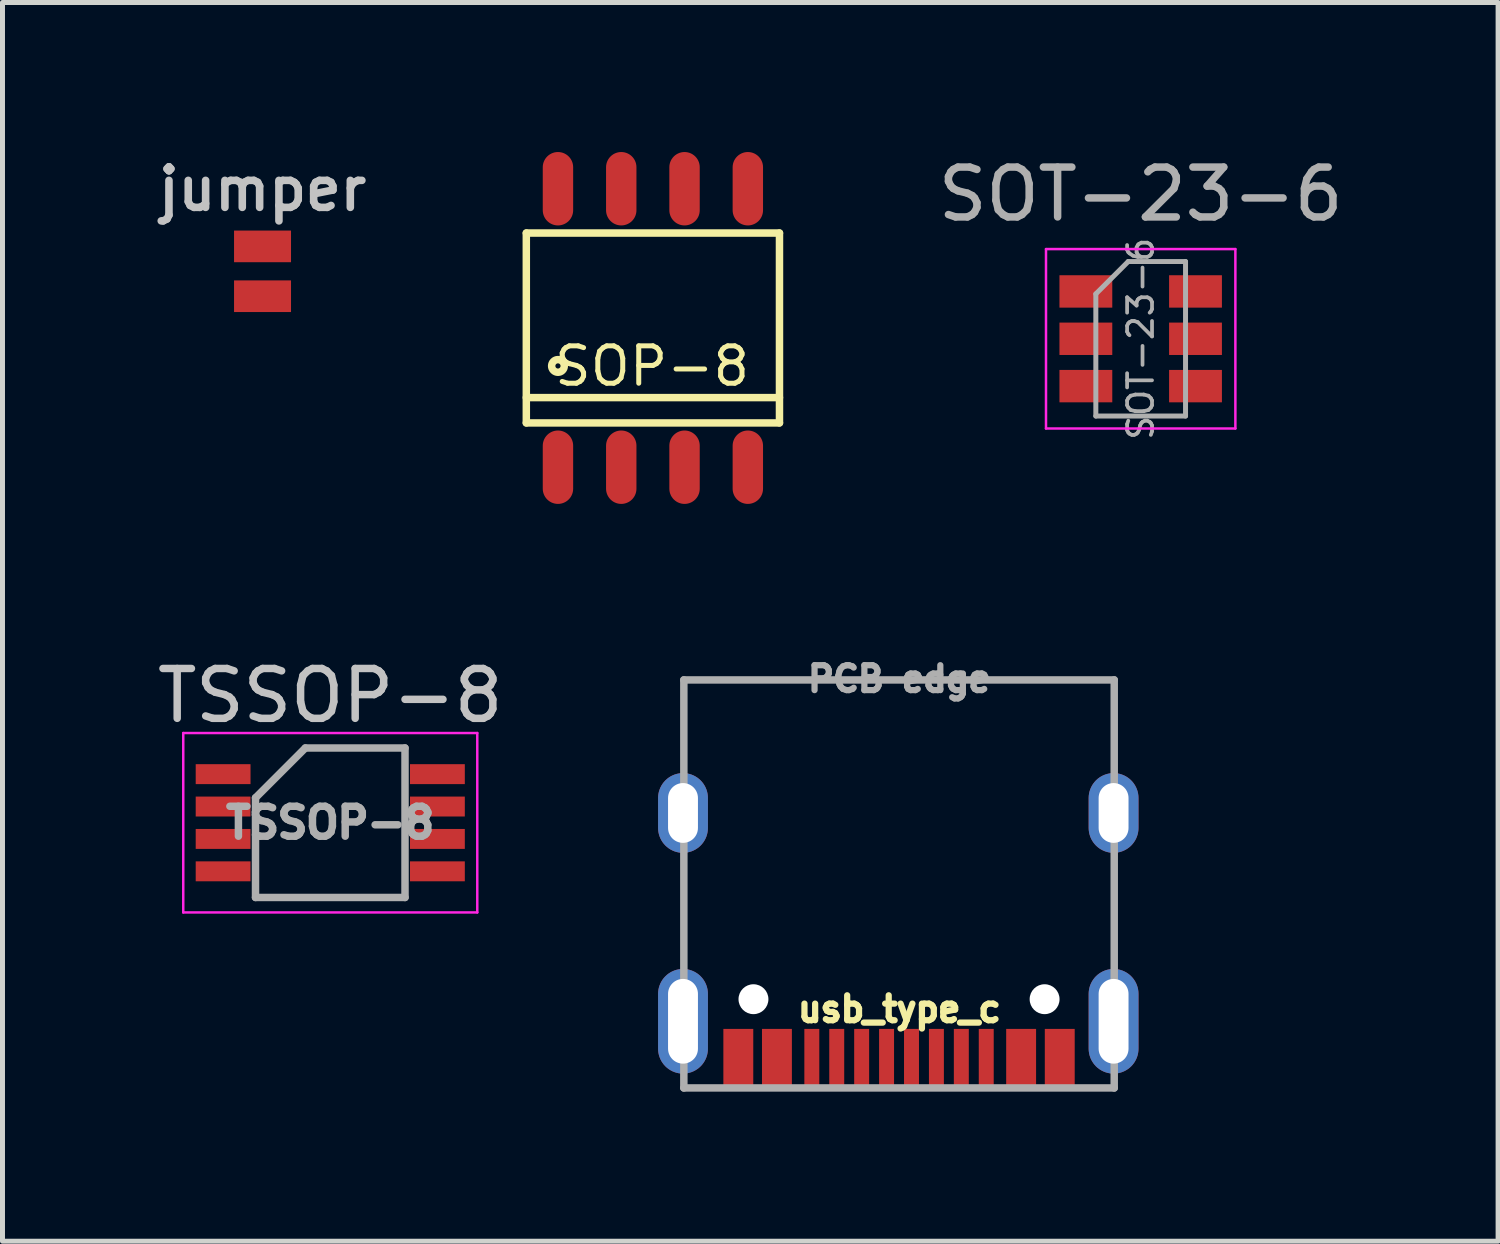
<source format=kicad_pcb>
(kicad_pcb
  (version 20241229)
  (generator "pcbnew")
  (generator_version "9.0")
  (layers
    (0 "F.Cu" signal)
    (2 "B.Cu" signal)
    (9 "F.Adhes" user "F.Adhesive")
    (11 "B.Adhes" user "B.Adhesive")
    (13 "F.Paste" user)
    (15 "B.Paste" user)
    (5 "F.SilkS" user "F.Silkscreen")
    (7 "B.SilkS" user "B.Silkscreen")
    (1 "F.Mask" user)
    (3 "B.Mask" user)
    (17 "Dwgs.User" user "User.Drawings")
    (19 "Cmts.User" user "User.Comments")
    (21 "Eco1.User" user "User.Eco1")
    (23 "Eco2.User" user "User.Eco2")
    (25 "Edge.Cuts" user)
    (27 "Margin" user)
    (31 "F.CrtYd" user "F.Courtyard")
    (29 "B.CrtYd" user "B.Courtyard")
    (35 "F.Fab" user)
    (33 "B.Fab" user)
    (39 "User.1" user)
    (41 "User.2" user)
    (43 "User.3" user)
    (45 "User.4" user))
  (footprint "usb_type_c"
    (layer "F.Cu")
    (at 14.997 10.593)
    (property "Reference" "usb_type_c" (at 0 6.604 180) (layer "F.SilkS") (effects (font (size 0.5 0.5) (thickness 0.125))))
    (attr through_hole)
    (fp_line (start -4.325 0) (end -4.325 8.188) (stroke (width 0.15) (type solid)) (layer "F.Fab"))
    (fp_line (start 4.311 0) (end -4.325 0) (stroke (width 0.15) (type solid)) (layer "F.Fab"))
    (fp_line (start 4.311 0) (end 4.311 8.188) (stroke (width 0.15) (type solid)) (layer "F.Fab"))
    (fp_line (start 4.311 8.188) (end -4.325 8.188) (stroke (width 0.15) (type solid)) (layer "F.Fab"))
    (fp_text user "PCB edge" (at 0 -0.02 180) (layer "F.Fab") (effects (font (size 0.5 0.5) (thickness 0.125))))
    (pad "" thru_hole oval (at -4.342 2.67 180) (size 1 1.6) (drill oval 0.6 1.2) (layers "*.Cu" "*.Mask"))
    (pad "" thru_hole oval (at -4.342 6.85 180) (size 1 2.1) (drill oval 0.6 1.7) (layers "*.Cu" "*.Mask"))
    (pad "" np_thru_hole circle (at -2.928 6.407 180) (size 0.6 0.6) (drill oval 0.6) (layers "*.Cu" "*.Mask"))
    (pad "" np_thru_hole circle (at 2.914 6.407 180) (size 0.6 0.6) (drill oval 0.6) (layers "*.Cu" "*.Mask"))
    (pad "" thru_hole oval (at 4.298 2.67 180) (size 1 1.6) (drill oval 0.6 1.2) (layers "*.Cu" "*.Mask"))
    (pad "" thru_hole oval (at 4.298 6.85 180) (size 1 2.1) (drill oval 0.6 1.7) (layers "*.Cu" "*.Mask"))
    (pad "1" smd rect (at -3.232 7.578 180) (size 0.6 1.15) (layers "F.Cu" "F.Mask" "F.Paste"))
    (pad "2" smd rect (at -2.457 7.578 180) (size 0.6 1.15) (layers "F.Cu" "F.Mask" "F.Paste"))
    (pad "3" smd rect (at -1.757 7.578 180) (size 0.3 1.15) (layers "F.Cu" "F.Mask" "F.Paste"))
    (pad "4" smd rect (at -1.257 7.578 180) (size 0.3 1.15) (layers "F.Cu" "F.Mask" "F.Paste"))
    (pad "5" smd rect (at -0.757 7.578 180) (size 0.3 1.15) (layers "F.Cu" "F.Mask" "F.Paste"))
    (pad "6" smd rect (at -0.257 7.578 180) (size 0.3 1.15) (layers "F.Cu" "F.Mask" "F.Paste"))
    (pad "7" smd rect (at 0.243 7.578 180) (size 0.3 1.15) (layers "F.Cu" "F.Mask" "F.Paste"))
    (pad "8" smd rect (at 0.743 7.578 180) (size 0.3 1.15) (layers "F.Cu" "F.Mask" "F.Paste"))
    (pad "9" smd rect (at 1.243 7.578 180) (size 0.3 1.15) (layers "F.Cu" "F.Mask" "F.Paste"))
    (pad "10" smd rect (at 1.743 7.578 180) (size 0.3 1.15) (layers "F.Cu" "F.Mask" "F.Paste"))
    (pad "11" smd rect (at 2.443 7.578 180) (size 0.6 1.15) (layers "F.Cu" "F.Mask" "F.Paste"))
    (pad "12" smd rect (at 3.218 7.578 180) (size 0.6 1.15) (layers "F.Cu" "F.Mask" "F.Paste")))
  (footprint "jumper"
    (layer "F.Cu")
    (at 2.218 2.394)
    (property "Reference" "jumper" (at 0 -1.651 0) (layer "Dwgs.User") (effects (font (size 0.813 0.813) (thickness 0.152))))
    (attr smd)
    (pad "1" smd rect (at 0 0.5 90) (size 0.635 1.143) (layers "F.Cu" "F.Mask" "F.Paste"))
    (pad "2" smd rect (at 0 -0.5 90) (size 0.635 1.143) (layers "F.Cu" "F.Mask" "F.Paste")))
  (footprint "SOT-23-6"
    (layer "F.Cu")
    (at 19.839 3.748)
    (property "Reference" "SOT-23-6" (at 0 -2.9 0) (layer "F.Fab") (effects (font (size 1 1) (thickness 0.15))))
    (attr smd)
    (fp_line (start -1.9 -1.8) (end -1.9 1.8) (stroke (width 0.05) (type solid)) (layer "F.CrtYd"))
    (fp_line (start -1.9 1.8) (end 1.9 1.8) (stroke (width 0.05) (type solid)) (layer "F.CrtYd"))
    (fp_line (start 1.9 -1.8) (end -1.9 -1.8) (stroke (width 0.05) (type solid)) (layer "F.CrtYd"))
    (fp_line (start 1.9 1.8) (end 1.9 -1.8) (stroke (width 0.05) (type solid)) (layer "F.CrtYd"))
    (fp_line (start -0.9 -0.9) (end -0.9 1.55) (stroke (width 0.1) (type solid)) (layer "F.Fab"))
    (fp_line (start -0.9 -0.9) (end -0.25 -1.55) (stroke (width 0.1) (type solid)) (layer "F.Fab"))
    (fp_line (start 0.9 -1.55) (end -0.25 -1.55) (stroke (width 0.1) (type solid)) (layer "F.Fab"))
    (fp_line (start 0.9 -1.55) (end 0.9 1.55) (stroke (width 0.1) (type solid)) (layer "F.Fab"))
    (fp_line (start 0.9 1.55) (end -0.9 1.55) (stroke (width 0.1) (type solid)) (layer "F.Fab"))
    (fp_text user "${REFERENCE}" (at 0 0 270) (layer "F.Fab") (effects (font (size 0.5 0.5) (thickness 0.075))))
    (pad "1" smd rect (at -1.1 -0.95) (size 1.06 0.65) (layers "F.Cu" "F.Mask" "F.Paste"))
    (pad "2" smd rect (at -1.1 0) (size 1.06 0.65) (layers "F.Cu" "F.Mask" "F.Paste"))
    (pad "3" smd rect (at -1.1 0.95) (size 1.06 0.65) (layers "F.Cu" "F.Mask" "F.Paste"))
    (pad "4" smd rect (at 1.1 0.95) (size 1.06 0.65) (layers "F.Cu" "F.Mask" "F.Paste"))
    (pad "5" smd rect (at 1.1 0) (size 1.06 0.65) (layers "F.Cu" "F.Mask" "F.Paste"))
    (pad "6" smd rect (at 1.1 -0.95) (size 1.06 0.65) (layers "F.Cu" "F.Mask" "F.Paste")))
  (footprint "TSSOP-8"
    (layer "F.Cu")
    (at 3.577 13.459)
    (property "Reference" "TSSOP-8" (at 0 -2.55 0) (layer "Dwgs.User") (effects (font (size 1 1) (thickness 0.15))))
    (attr smd)
    (fp_line (start -2.95 -1.8) (end -2.95 1.8) (stroke (width 0.05) (type solid)) (layer "F.CrtYd"))
    (fp_line (start -2.95 -1.8) (end 2.95 -1.8) (stroke (width 0.05) (type solid)) (layer "F.CrtYd"))
    (fp_line (start -2.95 1.8) (end 2.95 1.8) (stroke (width 0.05) (type solid)) (layer "F.CrtYd"))
    (fp_line (start 2.95 -1.8) (end 2.95 1.8) (stroke (width 0.05) (type solid)) (layer "F.CrtYd"))
    (fp_line (start -1.5 -0.5) (end -0.5 -1.5) (stroke (width 0.15) (type solid)) (layer "F.Fab"))
    (fp_line (start -1.5 1.5) (end -1.5 -0.5) (stroke (width 0.15) (type solid)) (layer "F.Fab"))
    (fp_line (start -0.5 -1.5) (end 1.5 -1.5) (stroke (width 0.15) (type solid)) (layer "F.Fab"))
    (fp_line (start 1.5 -1.5) (end 1.5 1.5) (stroke (width 0.15) (type solid)) (layer "F.Fab"))
    (fp_line (start 1.5 1.5) (end -1.5 1.5) (stroke (width 0.15) (type solid)) (layer "F.Fab"))
    (fp_text user "${REFERENCE}" (at 0 0 0) (layer "F.Fab") (effects (font (size 0.6 0.6) (thickness 0.15))))
    (pad "1" smd rect (at -2.15 -0.975) (size 1.1 0.4) (layers "F.Cu" "F.Mask" "F.Paste"))
    (pad "2" smd rect (at -2.15 -0.325) (size 1.1 0.4) (layers "F.Cu" "F.Mask" "F.Paste"))
    (pad "3" smd rect (at -2.15 0.325) (size 1.1 0.4) (layers "F.Cu" "F.Mask" "F.Paste"))
    (pad "4" smd rect (at -2.15 0.975) (size 1.1 0.4) (layers "F.Cu" "F.Mask" "F.Paste"))
    (pad "5" smd rect (at 2.15 0.975) (size 1.1 0.4) (layers "F.Cu" "F.Mask" "F.Paste"))
    (pad "6" smd rect (at 2.15 0.325) (size 1.1 0.4) (layers "F.Cu" "F.Mask" "F.Paste"))
    (pad "7" smd rect (at 2.15 -0.325) (size 1.1 0.4) (layers "F.Cu" "F.Mask" "F.Paste"))
    (pad "8" smd rect (at 2.15 -0.975) (size 1.1 0.4) (layers "F.Cu" "F.Mask" "F.Paste")))
  (footprint "SOP-8"
    (layer "F.Cu")
    (at 10.051 3.531)
    (property "Reference" "SOP-8" (at -0.016 0.767 0) (layer "F.SilkS") (effects (font (size 0.75 0.75) (thickness 0.1))))
    (attr through_hole)
    (fp_line (start -2.54 -1.905) (end 2.54 -1.905) (stroke (width 0.15) (type solid)) (layer "F.SilkS"))
    (fp_line (start -2.54 1.397) (end 2.54 1.397) (stroke (width 0.15) (type solid)) (layer "F.SilkS"))
    (fp_line (start -2.54 1.905) (end -2.54 -1.905) (stroke (width 0.15) (type solid)) (layer "F.SilkS"))
    (fp_line (start -2.54 1.905) (end 2.54 1.905) (stroke (width 0.15) (type solid)) (layer "F.SilkS"))
    (fp_line (start 2.54 1.905) (end 2.54 -1.905) (stroke (width 0.15) (type solid)) (layer "F.SilkS"))
    (fp_circle (center -1.905 0.762) (end -1.778 0.762) (stroke (width 0.15) (type solid)) (fill no) (layer "F.SilkS"))
    (pad "1" smd oval (at -1.905 2.794) (size 0.61 1.473) (layers "F.Cu" "F.Mask" "F.Paste"))
    (pad "2" smd oval (at -0.635 2.794) (size 0.61 1.473) (layers "F.Cu" "F.Mask" "F.Paste"))
    (pad "3" smd oval (at 0.635 2.794) (size 0.61 1.473) (layers "F.Cu" "F.Mask" "F.Paste"))
    (pad "4" smd oval (at 1.905 2.794) (size 0.61 1.473) (layers "F.Cu" "F.Mask" "F.Paste"))
    (pad "5" smd oval (at 1.905 -2.794) (size 0.61 1.473) (layers "F.Cu" "F.Mask" "F.Paste"))
    (pad "6" smd oval (at 0.635 -2.794) (size 0.61 1.473) (layers "F.Cu" "F.Mask" "F.Paste"))
    (pad "7" smd oval (at -0.635 -2.794) (size 0.61 1.473) (layers "F.Cu" "F.Mask" "F.Paste"))
    (pad "8" smd oval (at -1.905 -2.794) (size 0.61 1.473) (layers "F.Cu" "F.Mask" "F.Paste")))
  (gr_rect
    (start -3 -3)
    (end 27.011 21.856)
    (stroke (width 0.1) (type default))
    (fill no)
    (layer "Edge.Cuts")))
</source>
